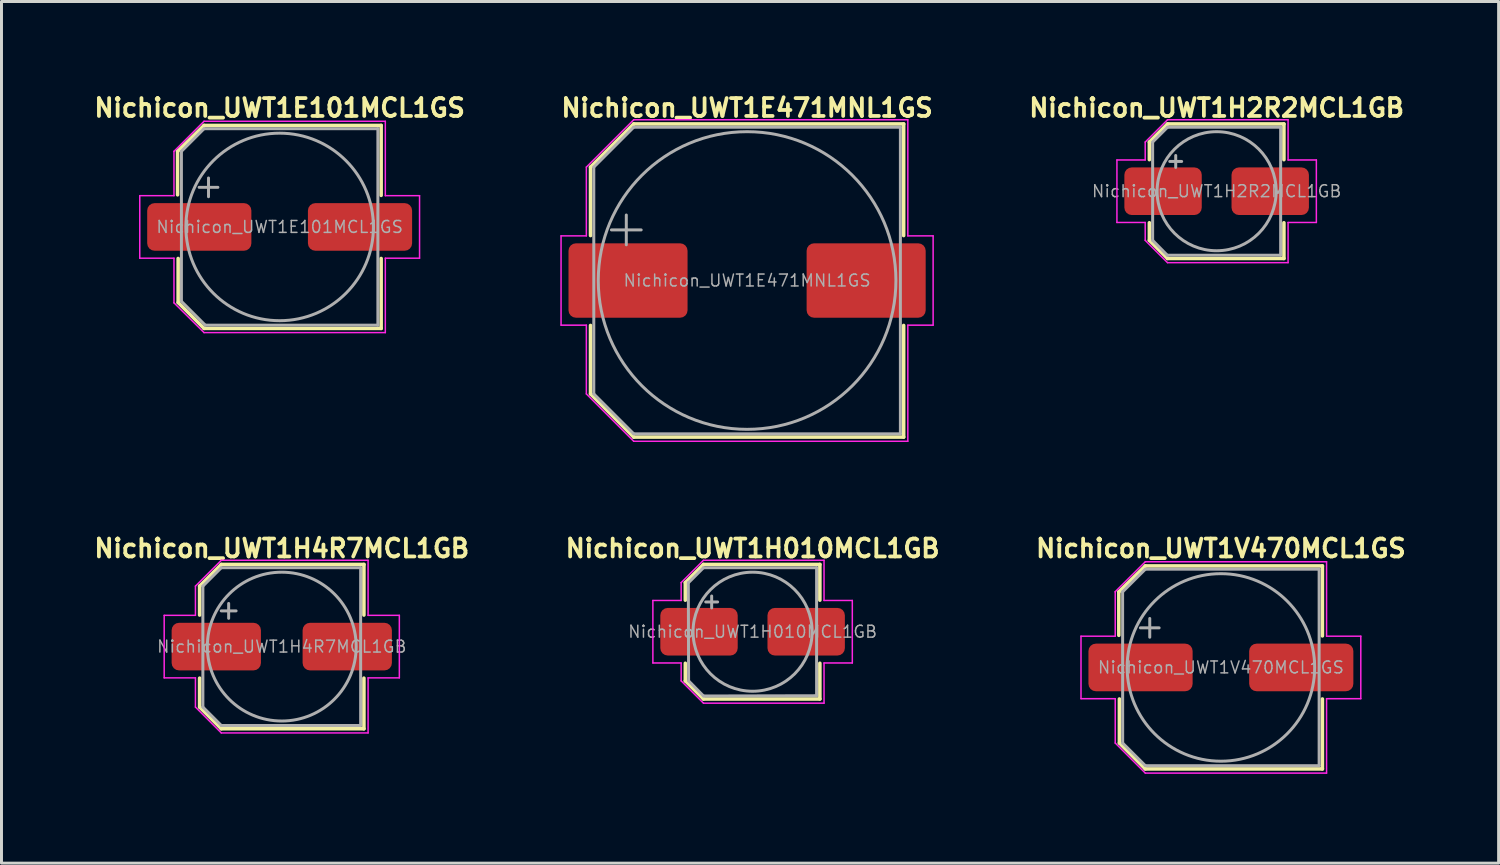
<source format=kicad_pcb>
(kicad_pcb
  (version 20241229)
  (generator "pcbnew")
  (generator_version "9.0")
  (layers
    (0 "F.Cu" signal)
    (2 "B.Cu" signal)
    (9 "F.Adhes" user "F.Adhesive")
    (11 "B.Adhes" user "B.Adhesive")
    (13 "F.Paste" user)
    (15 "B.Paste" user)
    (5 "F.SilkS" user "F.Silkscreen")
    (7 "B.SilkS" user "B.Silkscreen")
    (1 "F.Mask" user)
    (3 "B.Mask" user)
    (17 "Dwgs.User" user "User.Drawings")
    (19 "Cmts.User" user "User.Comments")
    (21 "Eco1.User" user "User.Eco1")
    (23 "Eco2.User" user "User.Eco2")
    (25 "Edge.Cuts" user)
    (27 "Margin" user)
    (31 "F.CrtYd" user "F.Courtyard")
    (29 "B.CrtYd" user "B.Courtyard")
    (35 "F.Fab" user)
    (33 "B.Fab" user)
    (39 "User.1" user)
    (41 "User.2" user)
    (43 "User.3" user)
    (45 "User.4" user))
  (footprint "Nichicon_UWT1H010MCL1GB"
    (layer "F.Cu")
    (at 22.234 18.173)
    (property "Reference" "Nichicon_UWT1H010MCL1GB" (at 0 -2.8 0) (layer "F.SilkS") (effects (font (size 0.6 0.6) (thickness 0.127))))
    (attr smd)
    (fp_line (start -2.26 -1.651) (end -2.26 -1.06) (stroke (width 0.12) (type solid)) (layer "F.SilkS"))
    (fp_line (start -2.26 -1.651) (end -1.651 -2.26) (stroke (width 0.12) (type solid)) (layer "F.SilkS"))
    (fp_line (start -2.26 1.651) (end -2.26 1.06) (stroke (width 0.12) (type solid)) (layer "F.SilkS"))
    (fp_line (start -2.26 1.651) (end -1.651 2.26) (stroke (width 0.12) (type solid)) (layer "F.SilkS"))
    (fp_line (start -1.651 -2.26) (end 2.26 -2.26) (stroke (width 0.12) (type solid)) (layer "F.SilkS"))
    (fp_line (start -1.651 2.26) (end 2.26 2.26) (stroke (width 0.12) (type solid)) (layer "F.SilkS"))
    (fp_line (start 2.26 -2.26) (end 2.26 -1.06) (stroke (width 0.12) (type solid)) (layer "F.SilkS"))
    (fp_line (start 2.26 2.26) (end 2.26 1.06) (stroke (width 0.12) (type solid)) (layer "F.SilkS"))
    (fp_line (start -3.35 -1.05) (end -3.35 1.05) (stroke (width 0.05) (type solid)) (layer "F.CrtYd"))
    (fp_line (start -3.35 1.05) (end -2.4 1.05) (stroke (width 0.05) (type solid)) (layer "F.CrtYd"))
    (fp_line (start -2.4 -1.651) (end -2.4 -1.05) (stroke (width 0.05) (type solid)) (layer "F.CrtYd"))
    (fp_line (start -2.4 -1.651) (end -1.651 -2.4) (stroke (width 0.05) (type solid)) (layer "F.CrtYd"))
    (fp_line (start -2.4 -1.05) (end -3.35 -1.05) (stroke (width 0.05) (type solid)) (layer "F.CrtYd"))
    (fp_line (start -2.4 1.05) (end -2.4 1.651) (stroke (width 0.05) (type solid)) (layer "F.CrtYd"))
    (fp_line (start -2.4 1.651) (end -1.651 2.4) (stroke (width 0.05) (type solid)) (layer "F.CrtYd"))
    (fp_line (start -1.651 -2.4) (end 2.4 -2.4) (stroke (width 0.05) (type solid)) (layer "F.CrtYd"))
    (fp_line (start -1.651 2.4) (end 2.4 2.4) (stroke (width 0.05) (type solid)) (layer "F.CrtYd"))
    (fp_line (start 2.4 -2.4) (end 2.4 -1.05) (stroke (width 0.05) (type solid)) (layer "F.CrtYd"))
    (fp_line (start 2.4 -1.05) (end 3.35 -1.05) (stroke (width 0.05) (type solid)) (layer "F.CrtYd"))
    (fp_line (start 2.4 1.05) (end 2.4 2.4) (stroke (width 0.05) (type solid)) (layer "F.CrtYd"))
    (fp_line (start 3.35 -1.05) (end 3.35 1.05) (stroke (width 0.05) (type solid)) (layer "F.CrtYd"))
    (fp_line (start 3.35 1.05) (end 2.4 1.05) (stroke (width 0.05) (type solid)) (layer "F.CrtYd"))
    (fp_line (start -2.159 -1.651) (end -2.15 1.651) (stroke (width 0.1) (type solid)) (layer "F.Fab"))
    (fp_line (start -2.15 -1.651) (end -1.651 -2.15) (stroke (width 0.1) (type solid)) (layer "F.Fab"))
    (fp_line (start -2.15 1.651) (end -1.651 2.159) (stroke (width 0.1) (type solid)) (layer "F.Fab"))
    (fp_line (start -1.651 -2.15) (end 2.15 -2.15) (stroke (width 0.1) (type solid)) (layer "F.Fab"))
    (fp_line (start -1.651 2.159) (end 2.15 2.15) (stroke (width 0.1) (type solid)) (layer "F.Fab"))
    (fp_line (start -1.575 -1) (end -1.175 -1) (stroke (width 0.1) (type solid)) (layer "F.Fab"))
    (fp_line (start -1.375 -1.2) (end -1.375 -0.8) (stroke (width 0.1) (type solid)) (layer "F.Fab"))
    (fp_line (start 2.15 -2.15) (end 2.15 2.15) (stroke (width 0.1) (type solid)) (layer "F.Fab"))
    (fp_circle (center 0 0) (end 2 0) (stroke (width 0.1) (type solid)) (fill no) (layer "F.Fab"))
    (fp_text user "${REFERENCE}" (at 0 0 0) (layer "F.Fab") (effects (font (size 0.4 0.4) (thickness 0.05))))
    (pad "1" smd roundrect (at -1.8 0) (size 2.6 1.6) (layers "F.Cu" "F.Mask" "F.Paste") (roundrect_rratio 0.156))
    (pad "2" smd roundrect (at 1.8 0) (size 2.6 1.6) (layers "F.Cu" "F.Mask" "F.Paste") (roundrect_rratio 0.156)))
  (footprint "Nichicon_UWT1E101MCL1GS"
    (layer "F.Cu")
    (at 6.345 4.574)
    (property "Reference" "Nichicon_UWT1E101MCL1GS" (at 0 -4 0) (layer "F.SilkS") (effects (font (size 0.6 0.6) (thickness 0.127))))
    (attr smd)
    (fp_line (start -3.429 -2.54) (end -3.429 -1.079) (stroke (width 0.12) (type solid)) (layer "F.SilkS"))
    (fp_line (start -3.429 -2.54) (end -2.54 -3.41) (stroke (width 0.12) (type solid)) (layer "F.SilkS"))
    (fp_line (start -3.41 2.54) (end -3.41 1.06) (stroke (width 0.12) (type solid)) (layer "F.SilkS"))
    (fp_line (start -3.41 2.54) (end -2.54 3.41) (stroke (width 0.12) (type solid)) (layer "F.SilkS"))
    (fp_line (start -2.54 -3.41) (end 3.41 -3.41) (stroke (width 0.12) (type solid)) (layer "F.SilkS"))
    (fp_line (start -2.54 3.41) (end 3.41 3.41) (stroke (width 0.12) (type solid)) (layer "F.SilkS"))
    (fp_line (start 3.41 -3.41) (end 3.41 -1.06) (stroke (width 0.12) (type solid)) (layer "F.SilkS"))
    (fp_line (start 3.41 3.41) (end 3.41 1.06) (stroke (width 0.12) (type solid)) (layer "F.SilkS"))
    (fp_line (start -4.7 -1.05) (end -4.7 1.05) (stroke (width 0.05) (type solid)) (layer "F.CrtYd"))
    (fp_line (start -4.7 1.05) (end -3.55 1.05) (stroke (width 0.05) (type solid)) (layer "F.CrtYd"))
    (fp_line (start -3.55 -2.54) (end -3.55 -1.05) (stroke (width 0.05) (type solid)) (layer "F.CrtYd"))
    (fp_line (start -3.55 -2.54) (end -2.54 -3.55) (stroke (width 0.05) (type solid)) (layer "F.CrtYd"))
    (fp_line (start -3.55 -1.05) (end -4.7 -1.05) (stroke (width 0.05) (type solid)) (layer "F.CrtYd"))
    (fp_line (start -3.55 1.05) (end -3.55 2.55) (stroke (width 0.05) (type solid)) (layer "F.CrtYd"))
    (fp_line (start -3.55 2.55) (end -2.54 3.55) (stroke (width 0.05) (type solid)) (layer "F.CrtYd"))
    (fp_line (start -2.54 -3.55) (end 3.55 -3.55) (stroke (width 0.05) (type solid)) (layer "F.CrtYd"))
    (fp_line (start -2.54 3.55) (end 3.55 3.55) (stroke (width 0.05) (type solid)) (layer "F.CrtYd"))
    (fp_line (start 3.55 -3.55) (end 3.55 -1.05) (stroke (width 0.05) (type solid)) (layer "F.CrtYd"))
    (fp_line (start 3.55 -1.05) (end 4.7 -1.05) (stroke (width 0.05) (type solid)) (layer "F.CrtYd"))
    (fp_line (start 3.55 1.05) (end 3.55 3.55) (stroke (width 0.05) (type solid)) (layer "F.CrtYd"))
    (fp_line (start 4.7 -1.05) (end 4.7 1.05) (stroke (width 0.05) (type solid)) (layer "F.CrtYd"))
    (fp_line (start 4.7 1.05) (end 3.55 1.05) (stroke (width 0.05) (type solid)) (layer "F.CrtYd"))
    (fp_line (start -3.3 -2.54) (end -3.3 2.5) (stroke (width 0.1) (type solid)) (layer "F.Fab"))
    (fp_line (start -3.3 -2.54) (end -2.54 -3.3) (stroke (width 0.1) (type solid)) (layer "F.Fab"))
    (fp_line (start -3.3 2.5) (end -2.5 3.3) (stroke (width 0.1) (type solid)) (layer "F.Fab"))
    (fp_line (start -2.705 -1.33) (end -2.075 -1.33) (stroke (width 0.1) (type solid)) (layer "F.Fab"))
    (fp_line (start -2.54 -3.3) (end 3.3 -3.3) (stroke (width 0.1) (type solid)) (layer "F.Fab"))
    (fp_line (start -2.5 3.3) (end 3.3 3.3) (stroke (width 0.1) (type solid)) (layer "F.Fab"))
    (fp_line (start -2.39 -1.645) (end -2.39 -1.015) (stroke (width 0.1) (type solid)) (layer "F.Fab"))
    (fp_line (start 3.3 -3.3) (end 3.3 3.3) (stroke (width 0.1) (type solid)) (layer "F.Fab"))
    (fp_circle (center 0 0) (end 3.15 0) (stroke (width 0.1) (type solid)) (fill no) (layer "F.Fab"))
    (fp_text user "${REFERENCE}" (at 0 0 0) (layer "F.Fab") (effects (font (size 0.4 0.4) (thickness 0.05))))
    (pad "1" smd roundrect (at -2.7 0) (size 3.5 1.6) (layers "F.Cu" "F.Mask" "F.Paste") (roundrect_rratio 0.156))
    (pad "2" smd roundrect (at 2.7 0) (size 3.5 1.6) (layers "F.Cu" "F.Mask" "F.Paste") (roundrect_rratio 0.156)))
  (footprint "Nichicon_UWT1E471MNL1GS"
    (layer "F.Cu")
    (at 22.049 6.374)
    (property "Reference" "Nichicon_UWT1E471MNL1GS" (at 0 -5.8 0) (layer "F.SilkS") (effects (font (size 0.6 0.6) (thickness 0.127))))
    (attr smd)
    (fp_line (start -5.26 -3.81) (end -5.26 -1.51) (stroke (width 0.12) (type solid)) (layer "F.SilkS"))
    (fp_line (start -5.26 -3.81) (end -3.81 -5.26) (stroke (width 0.12) (type solid)) (layer "F.SilkS"))
    (fp_line (start -5.26 3.81) (end -5.26 1.51) (stroke (width 0.12) (type solid)) (layer "F.SilkS"))
    (fp_line (start -5.26 3.81) (end -3.81 5.26) (stroke (width 0.12) (type solid)) (layer "F.SilkS"))
    (fp_line (start -3.81 -5.26) (end 5.26 -5.26) (stroke (width 0.12) (type solid)) (layer "F.SilkS"))
    (fp_line (start -3.81 5.26) (end 5.26 5.26) (stroke (width 0.12) (type solid)) (layer "F.SilkS"))
    (fp_line (start 5.26 -5.26) (end 5.26 -1.51) (stroke (width 0.12) (type solid)) (layer "F.SilkS"))
    (fp_line (start 5.26 5.26) (end 5.26 1.51) (stroke (width 0.12) (type solid)) (layer "F.SilkS"))
    (fp_line (start -6.25 -1.5) (end -6.25 1.5) (stroke (width 0.05) (type solid)) (layer "F.CrtYd"))
    (fp_line (start -6.25 1.5) (end -5.4 1.5) (stroke (width 0.05) (type solid)) (layer "F.CrtYd"))
    (fp_line (start -5.4 -3.81) (end -5.4 -1.5) (stroke (width 0.05) (type solid)) (layer "F.CrtYd"))
    (fp_line (start -5.4 -3.81) (end -3.81 -5.4) (stroke (width 0.05) (type solid)) (layer "F.CrtYd"))
    (fp_line (start -5.4 -1.5) (end -6.25 -1.5) (stroke (width 0.05) (type solid)) (layer "F.CrtYd"))
    (fp_line (start -5.4 1.5) (end -5.4 3.81) (stroke (width 0.05) (type solid)) (layer "F.CrtYd"))
    (fp_line (start -5.4 3.81) (end -3.81 5.4) (stroke (width 0.05) (type solid)) (layer "F.CrtYd"))
    (fp_line (start -3.81 -5.4) (end 5.4 -5.4) (stroke (width 0.05) (type solid)) (layer "F.CrtYd"))
    (fp_line (start -3.81 5.4) (end 5.4 5.4) (stroke (width 0.05) (type solid)) (layer "F.CrtYd"))
    (fp_line (start 5.4 -5.4) (end 5.4 -1.5) (stroke (width 0.05) (type solid)) (layer "F.CrtYd"))
    (fp_line (start 5.4 -1.5) (end 6.25 -1.5) (stroke (width 0.05) (type solid)) (layer "F.CrtYd"))
    (fp_line (start 5.4 1.5) (end 5.4 5.4) (stroke (width 0.05) (type solid)) (layer "F.CrtYd"))
    (fp_line (start 6.25 -1.5) (end 6.25 1.5) (stroke (width 0.05) (type solid)) (layer "F.CrtYd"))
    (fp_line (start 6.25 1.5) (end 5.4 1.5) (stroke (width 0.05) (type solid)) (layer "F.CrtYd"))
    (fp_line (start -5.15 -3.81) (end -5.15 3.81) (stroke (width 0.1) (type solid)) (layer "F.Fab"))
    (fp_line (start -5.15 -3.81) (end -3.81 -5.15) (stroke (width 0.1) (type solid)) (layer "F.Fab"))
    (fp_line (start -5.15 3.81) (end -3.81 5.15) (stroke (width 0.1) (type solid)) (layer "F.Fab"))
    (fp_line (start -4.558 -1.7) (end -3.558 -1.7) (stroke (width 0.1) (type solid)) (layer "F.Fab"))
    (fp_line (start -4.058 -2.2) (end -4.058 -1.2) (stroke (width 0.1) (type solid)) (layer "F.Fab"))
    (fp_line (start -3.81 -5.15) (end 5.15 -5.15) (stroke (width 0.1) (type solid)) (layer "F.Fab"))
    (fp_line (start -3.81 5.15) (end 5.15 5.15) (stroke (width 0.1) (type solid)) (layer "F.Fab"))
    (fp_line (start 5.15 -5.15) (end 5.15 5.15) (stroke (width 0.1) (type solid)) (layer "F.Fab"))
    (fp_circle (center 0 0) (end 5 0) (stroke (width 0.1) (type solid)) (fill no) (layer "F.Fab"))
    (fp_text user "${REFERENCE}" (at 0 0 0) (layer "F.Fab") (effects (font (size 0.4 0.4) (thickness 0.05))))
    (pad "1" smd roundrect (at -4 0) (size 4 2.5) (layers "F.Cu" "F.Mask" "F.Paste") (roundrect_rratio 0.1))
    (pad "2" smd roundrect (at 4 0) (size 4 2.5) (layers "F.Cu" "F.Mask" "F.Paste") (roundrect_rratio 0.1)))
  (footprint "Nichicon_UWT1H2R2MCL1GB"
    (layer "F.Cu")
    (at 37.824 3.374)
    (property "Reference" "Nichicon_UWT1H2R2MCL1GB" (at 0 -2.8 0) (layer "F.SilkS") (effects (font (size 0.6 0.6) (thickness 0.127))))
    (attr smd)
    (fp_line (start -2.26 -1.651) (end -2.26 -1.06) (stroke (width 0.12) (type solid)) (layer "F.SilkS"))
    (fp_line (start -2.26 -1.651) (end -1.651 -2.26) (stroke (width 0.12) (type solid)) (layer "F.SilkS"))
    (fp_line (start -2.26 1.651) (end -2.26 1.06) (stroke (width 0.12) (type solid)) (layer "F.SilkS"))
    (fp_line (start -2.26 1.651) (end -1.651 2.26) (stroke (width 0.12) (type solid)) (layer "F.SilkS"))
    (fp_line (start -1.651 -2.26) (end 2.26 -2.26) (stroke (width 0.12) (type solid)) (layer "F.SilkS"))
    (fp_line (start -1.651 2.26) (end 2.26 2.26) (stroke (width 0.12) (type solid)) (layer "F.SilkS"))
    (fp_line (start 2.26 -2.26) (end 2.26 -1.06) (stroke (width 0.12) (type solid)) (layer "F.SilkS"))
    (fp_line (start 2.26 2.26) (end 2.26 1.06) (stroke (width 0.12) (type solid)) (layer "F.SilkS"))
    (fp_line (start -3.35 -1.05) (end -3.35 1.05) (stroke (width 0.05) (type solid)) (layer "F.CrtYd"))
    (fp_line (start -3.35 1.05) (end -2.4 1.05) (stroke (width 0.05) (type solid)) (layer "F.CrtYd"))
    (fp_line (start -2.4 -1.651) (end -2.4 -1.05) (stroke (width 0.05) (type solid)) (layer "F.CrtYd"))
    (fp_line (start -2.4 -1.651) (end -1.651 -2.4) (stroke (width 0.05) (type solid)) (layer "F.CrtYd"))
    (fp_line (start -2.4 -1.05) (end -3.35 -1.05) (stroke (width 0.05) (type solid)) (layer "F.CrtYd"))
    (fp_line (start -2.4 1.05) (end -2.4 1.651) (stroke (width 0.05) (type solid)) (layer "F.CrtYd"))
    (fp_line (start -2.4 1.651) (end -1.651 2.4) (stroke (width 0.05) (type solid)) (layer "F.CrtYd"))
    (fp_line (start -1.651 -2.4) (end 2.4 -2.4) (stroke (width 0.05) (type solid)) (layer "F.CrtYd"))
    (fp_line (start -1.651 2.4) (end 2.4 2.4) (stroke (width 0.05) (type solid)) (layer "F.CrtYd"))
    (fp_line (start 2.4 -2.4) (end 2.4 -1.05) (stroke (width 0.05) (type solid)) (layer "F.CrtYd"))
    (fp_line (start 2.4 -1.05) (end 3.35 -1.05) (stroke (width 0.05) (type solid)) (layer "F.CrtYd"))
    (fp_line (start 2.4 1.05) (end 2.4 2.4) (stroke (width 0.05) (type solid)) (layer "F.CrtYd"))
    (fp_line (start 3.35 -1.05) (end 3.35 1.05) (stroke (width 0.05) (type solid)) (layer "F.CrtYd"))
    (fp_line (start 3.35 1.05) (end 2.4 1.05) (stroke (width 0.05) (type solid)) (layer "F.CrtYd"))
    (fp_line (start -2.15 -1.651) (end -2.15 1.651) (stroke (width 0.1) (type solid)) (layer "F.Fab"))
    (fp_line (start -2.15 -1.651) (end -1.651 -2.15) (stroke (width 0.1) (type solid)) (layer "F.Fab"))
    (fp_line (start -2.15 1.651) (end -1.651 2.159) (stroke (width 0.1) (type solid)) (layer "F.Fab"))
    (fp_line (start -1.651 -2.15) (end 2.15 -2.15) (stroke (width 0.1) (type solid)) (layer "F.Fab"))
    (fp_line (start -1.651 2.15) (end 2.15 2.15) (stroke (width 0.1) (type solid)) (layer "F.Fab"))
    (fp_line (start -1.575 -1) (end -1.175 -1) (stroke (width 0.1) (type solid)) (layer "F.Fab"))
    (fp_line (start -1.375 -1.2) (end -1.375 -0.8) (stroke (width 0.1) (type solid)) (layer "F.Fab"))
    (fp_line (start 2.15 -2.15) (end 2.15 2.15) (stroke (width 0.1) (type solid)) (layer "F.Fab"))
    (fp_circle (center 0 0) (end 2 0) (stroke (width 0.1) (type solid)) (fill no) (layer "F.Fab"))
    (fp_text user "${REFERENCE}" (at 0 0 0) (layer "F.Fab") (effects (font (size 0.4 0.4) (thickness 0.05))))
    (pad "1" smd roundrect (at -1.8 0) (size 2.6 1.6) (layers "F.Cu" "F.Mask" "F.Paste") (roundrect_rratio 0.156))
    (pad "2" smd roundrect (at 1.8 0) (size 2.6 1.6) (layers "F.Cu" "F.Mask" "F.Paste") (roundrect_rratio 0.156)))
  (footprint "Nichicon_UWT1H4R7MCL1GB"
    (layer "F.Cu")
    (at 6.416 18.673)
    (property "Reference" "Nichicon_UWT1H4R7MCL1GB" (at 0 -3.3 0) (layer "F.SilkS") (effects (font (size 0.6 0.6) (thickness 0.127))))
    (attr smd)
    (fp_line (start -2.76 -2.032) (end -2.76 -1.06) (stroke (width 0.12) (type solid)) (layer "F.SilkS"))
    (fp_line (start -2.76 -2.032) (end -2.032 -2.76) (stroke (width 0.12) (type solid)) (layer "F.SilkS"))
    (fp_line (start -2.76 2.032) (end -2.76 1.06) (stroke (width 0.12) (type solid)) (layer "F.SilkS"))
    (fp_line (start -2.76 2.032) (end -2.032 2.76) (stroke (width 0.12) (type solid)) (layer "F.SilkS"))
    (fp_line (start -2.032 -2.76) (end 2.76 -2.76) (stroke (width 0.12) (type solid)) (layer "F.SilkS"))
    (fp_line (start -2.032 2.76) (end 2.76 2.76) (stroke (width 0.12) (type solid)) (layer "F.SilkS"))
    (fp_line (start 2.76 -2.76) (end 2.76 -1.06) (stroke (width 0.12) (type solid)) (layer "F.SilkS"))
    (fp_line (start 2.76 2.76) (end 2.76 1.06) (stroke (width 0.12) (type solid)) (layer "F.SilkS"))
    (fp_line (start -3.95 -1.05) (end -3.95 1.05) (stroke (width 0.05) (type solid)) (layer "F.CrtYd"))
    (fp_line (start -3.95 1.05) (end -2.9 1.05) (stroke (width 0.05) (type solid)) (layer "F.CrtYd"))
    (fp_line (start -2.9 -2.032) (end -2.9 -1.05) (stroke (width 0.05) (type solid)) (layer "F.CrtYd"))
    (fp_line (start -2.9 -2.032) (end -2.032 -2.9) (stroke (width 0.05) (type solid)) (layer "F.CrtYd"))
    (fp_line (start -2.9 -1.05) (end -3.95 -1.05) (stroke (width 0.05) (type solid)) (layer "F.CrtYd"))
    (fp_line (start -2.9 1.05) (end -2.9 2.032) (stroke (width 0.05) (type solid)) (layer "F.CrtYd"))
    (fp_line (start -2.9 2.032) (end -2.032 2.9) (stroke (width 0.05) (type solid)) (layer "F.CrtYd"))
    (fp_line (start -2.032 -2.9) (end 2.9 -2.9) (stroke (width 0.05) (type solid)) (layer "F.CrtYd"))
    (fp_line (start -2.032 2.9) (end 2.9 2.9) (stroke (width 0.05) (type solid)) (layer "F.CrtYd"))
    (fp_line (start 2.9 -2.9) (end 2.9 -1.05) (stroke (width 0.05) (type solid)) (layer "F.CrtYd"))
    (fp_line (start 2.9 -1.05) (end 3.95 -1.05) (stroke (width 0.05) (type solid)) (layer "F.CrtYd"))
    (fp_line (start 2.9 1.05) (end 2.9 2.9) (stroke (width 0.05) (type solid)) (layer "F.CrtYd"))
    (fp_line (start 3.95 -1.05) (end 3.95 1.05) (stroke (width 0.05) (type solid)) (layer "F.CrtYd"))
    (fp_line (start 3.95 1.05) (end 2.9 1.05) (stroke (width 0.05) (type solid)) (layer "F.CrtYd"))
    (fp_line (start -2.65 -2.032) (end -2.65 2.032) (stroke (width 0.1) (type solid)) (layer "F.Fab"))
    (fp_line (start -2.65 -2.032) (end -2.032 -2.65) (stroke (width 0.1) (type solid)) (layer "F.Fab"))
    (fp_line (start -2.65 2.032) (end -2.032 2.65) (stroke (width 0.1) (type solid)) (layer "F.Fab"))
    (fp_line (start -2.034 -1.2) (end -1.534 -1.2) (stroke (width 0.1) (type solid)) (layer "F.Fab"))
    (fp_line (start -2.032 -2.65) (end 2.65 -2.65) (stroke (width 0.1) (type solid)) (layer "F.Fab"))
    (fp_line (start -2.032 2.65) (end 2.65 2.65) (stroke (width 0.1) (type solid)) (layer "F.Fab"))
    (fp_line (start -1.784 -1.45) (end -1.784 -0.95) (stroke (width 0.1) (type solid)) (layer "F.Fab"))
    (fp_line (start 2.65 -2.65) (end 2.65 2.65) (stroke (width 0.1) (type solid)) (layer "F.Fab"))
    (fp_circle (center 0 0) (end 2.5 0) (stroke (width 0.1) (type solid)) (fill no) (layer "F.Fab"))
    (fp_text user "${REFERENCE}" (at 0 0 0) (layer "F.Fab") (effects (font (size 0.4 0.4) (thickness 0.05))))
    (pad "1" smd roundrect (at -2.2 0) (size 3 1.6) (layers "F.Cu" "F.Mask" "F.Paste") (roundrect_rratio 0.156))
    (pad "2" smd roundrect (at 2.2 0) (size 3 1.6) (layers "F.Cu" "F.Mask" "F.Paste") (roundrect_rratio 0.156)))
  (footprint "Nichicon_UWT1V470MCL1GS"
    (layer "F.Cu")
    (at 37.967 19.373)
    (property "Reference" "Nichicon_UWT1V470MCL1GS" (at 0 -4 0) (layer "F.SilkS") (effects (font (size 0.6 0.6) (thickness 0.127))))
    (attr smd)
    (fp_line (start -3.429 -2.54) (end -3.429 -1.079) (stroke (width 0.12) (type solid)) (layer "F.SilkS"))
    (fp_line (start -3.429 -2.54) (end -2.54 -3.41) (stroke (width 0.12) (type solid)) (layer "F.SilkS"))
    (fp_line (start -3.41 2.54) (end -3.41 1.06) (stroke (width 0.12) (type solid)) (layer "F.SilkS"))
    (fp_line (start -3.41 2.54) (end -2.54 3.41) (stroke (width 0.12) (type solid)) (layer "F.SilkS"))
    (fp_line (start -2.54 -3.41) (end 3.41 -3.41) (stroke (width 0.12) (type solid)) (layer "F.SilkS"))
    (fp_line (start -2.54 3.41) (end 3.41 3.41) (stroke (width 0.12) (type solid)) (layer "F.SilkS"))
    (fp_line (start 3.41 -3.41) (end 3.41 -1.06) (stroke (width 0.12) (type solid)) (layer "F.SilkS"))
    (fp_line (start 3.41 3.41) (end 3.41 1.06) (stroke (width 0.12) (type solid)) (layer "F.SilkS"))
    (fp_line (start -4.7 -1.05) (end -4.7 1.05) (stroke (width 0.05) (type solid)) (layer "F.CrtYd"))
    (fp_line (start -4.7 1.05) (end -3.55 1.05) (stroke (width 0.05) (type solid)) (layer "F.CrtYd"))
    (fp_line (start -3.556 -2.54) (end -2.54 -3.55) (stroke (width 0.05) (type solid)) (layer "F.CrtYd"))
    (fp_line (start -3.55 -2.54) (end -3.55 -1.05) (stroke (width 0.05) (type solid)) (layer "F.CrtYd"))
    (fp_line (start -3.55 -1.05) (end -4.7 -1.05) (stroke (width 0.05) (type solid)) (layer "F.CrtYd"))
    (fp_line (start -3.55 1.05) (end -3.55 2.54) (stroke (width 0.05) (type solid)) (layer "F.CrtYd"))
    (fp_line (start -3.55 2.54) (end -2.54 3.55) (stroke (width 0.05) (type solid)) (layer "F.CrtYd"))
    (fp_line (start -2.54 -3.55) (end 3.55 -3.55) (stroke (width 0.05) (type solid)) (layer "F.CrtYd"))
    (fp_line (start -2.54 3.55) (end 3.55 3.55) (stroke (width 0.05) (type solid)) (layer "F.CrtYd"))
    (fp_line (start 3.55 -3.55) (end 3.55 -1.05) (stroke (width 0.05) (type solid)) (layer "F.CrtYd"))
    (fp_line (start 3.55 -1.05) (end 4.7 -1.05) (stroke (width 0.05) (type solid)) (layer "F.CrtYd"))
    (fp_line (start 3.55 1.05) (end 3.55 3.55) (stroke (width 0.05) (type solid)) (layer "F.CrtYd"))
    (fp_line (start 4.7 -1.05) (end 4.7 1.05) (stroke (width 0.05) (type solid)) (layer "F.CrtYd"))
    (fp_line (start 4.7 1.05) (end 3.55 1.05) (stroke (width 0.05) (type solid)) (layer "F.CrtYd"))
    (fp_line (start -3.302 -2.54) (end -3.3 2.54) (stroke (width 0.1) (type solid)) (layer "F.Fab"))
    (fp_line (start -3.302 -2.54) (end -2.54 -3.3) (stroke (width 0.1) (type solid)) (layer "F.Fab"))
    (fp_line (start -3.302 2.54) (end -2.54 3.3) (stroke (width 0.1) (type solid)) (layer "F.Fab"))
    (fp_line (start -2.705 -1.33) (end -2.075 -1.33) (stroke (width 0.1) (type solid)) (layer "F.Fab"))
    (fp_line (start -2.54 -3.3) (end 3.3 -3.3) (stroke (width 0.1) (type solid)) (layer "F.Fab"))
    (fp_line (start -2.54 3.3) (end 3.3 3.3) (stroke (width 0.1) (type solid)) (layer "F.Fab"))
    (fp_line (start -2.39 -1.645) (end -2.39 -1.015) (stroke (width 0.1) (type solid)) (layer "F.Fab"))
    (fp_line (start 3.3 -3.3) (end 3.3 3.3) (stroke (width 0.1) (type solid)) (layer "F.Fab"))
    (fp_circle (center 0 0) (end 3.15 0) (stroke (width 0.1) (type solid)) (fill no) (layer "F.Fab"))
    (fp_text user "${REFERENCE}" (at 0 0 0) (layer "F.Fab") (effects (font (size 0.4 0.4) (thickness 0.05))))
    (pad "1" smd roundrect (at -2.7 0) (size 3.5 1.6) (layers "F.Cu" "F.Mask" "F.Paste") (roundrect_rratio 0.156))
    (pad "2" smd roundrect (at 2.7 0) (size 3.5 1.6) (layers "F.Cu" "F.Mask" "F.Paste") (roundrect_rratio 0.156)))
  (gr_rect
    (start -3 -3)
    (end 47.297 25.948)
    (stroke (width 0.1) (type default))
    (fill no)
    (layer "Edge.Cuts")))
</source>
